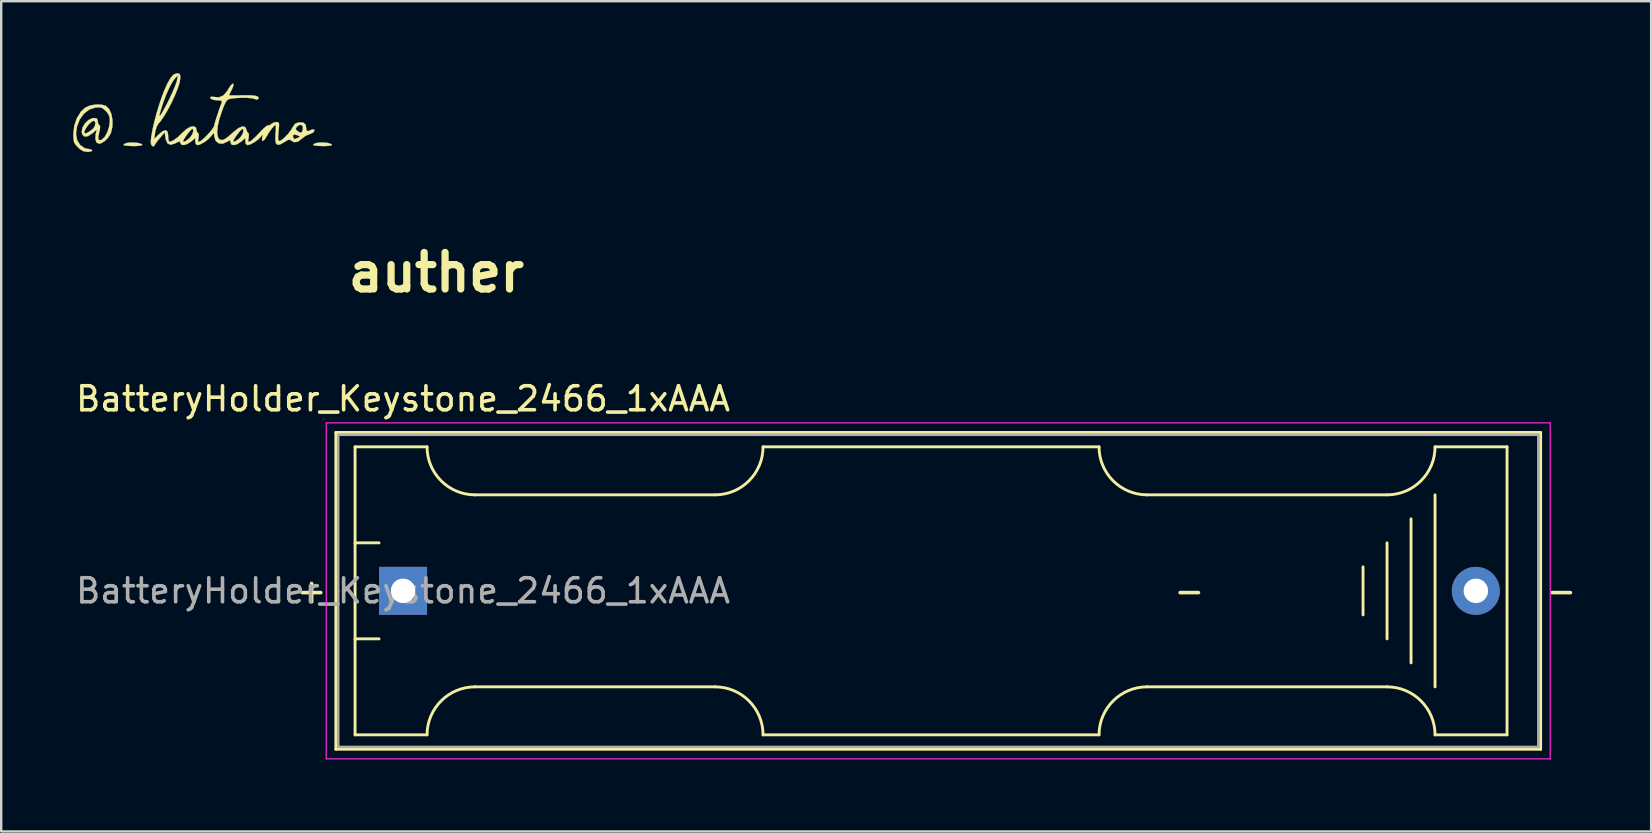
<source format=kicad_pcb>
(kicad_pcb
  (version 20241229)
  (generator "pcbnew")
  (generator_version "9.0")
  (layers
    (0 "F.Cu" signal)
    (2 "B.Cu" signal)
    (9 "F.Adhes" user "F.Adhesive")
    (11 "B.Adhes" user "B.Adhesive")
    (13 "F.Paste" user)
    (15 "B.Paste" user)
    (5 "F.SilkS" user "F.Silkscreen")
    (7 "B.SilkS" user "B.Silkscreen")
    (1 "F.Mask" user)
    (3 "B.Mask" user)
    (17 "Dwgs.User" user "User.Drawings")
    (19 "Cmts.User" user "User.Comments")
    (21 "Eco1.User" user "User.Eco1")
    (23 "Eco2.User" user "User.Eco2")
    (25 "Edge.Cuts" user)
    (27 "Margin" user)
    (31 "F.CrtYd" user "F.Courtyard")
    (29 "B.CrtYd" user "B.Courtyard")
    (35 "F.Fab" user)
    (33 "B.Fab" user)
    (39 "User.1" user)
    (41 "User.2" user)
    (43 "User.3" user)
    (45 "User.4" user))
  (footprint "auther"
    (layer "F.Cu")
    (at 15.132 8.302)
    (property "Reference" "auther" (at 0 0 0) (layer "F.SilkS") (effects (font (size 1.524 1.524) (thickness 0.3))))
    (attr through_hole)
    (fp_poly (pts (xy -12.49 -5.406) (xy -12.375 -5.383) (xy -12.264 -5.341) (xy -12.257 -5.305) (xy -12.347 -5.279) (xy -12.527 -5.266) (xy -12.644 -5.266) (xy -12.838 -5.274) (xy -12.979 -5.29) (xy -13.038 -5.309) (xy -13.039 -5.311) (xy -12.988 -5.367) (xy -12.858 -5.403) (xy -12.682 -5.417) (xy -12.49 -5.406)) (stroke (width 0.01) (type solid)) (fill yes) (layer "F.SilkS"))
    (fp_poly (pts (xy -4.588 -5.406) (xy -4.473 -5.383) (xy -4.361 -5.341) (xy -4.355 -5.305) (xy -4.445 -5.279) (xy -4.624 -5.266) (xy -4.741 -5.266) (xy -4.936 -5.274) (xy -5.077 -5.29) (xy -5.136 -5.309) (xy -5.136 -5.311) (xy -5.086 -5.367) (xy -4.956 -5.403) (xy -4.779 -5.417) (xy -4.588 -5.406)) (stroke (width 0.01) (type solid)) (fill yes) (layer "F.SilkS"))
    (fp_poly (pts (xy -13.944 -6.992) (xy -13.769 -6.941) (xy -13.635 -6.811) (xy -13.542 -6.604) (xy -13.494 -6.35) (xy -13.497 -6.08) (xy -13.556 -5.824) (xy -13.568 -5.793) (xy -13.674 -5.619) (xy -13.822 -5.471) (xy -13.978 -5.379) (xy -14.058 -5.362) (xy -14.157 -5.411) (xy -14.207 -5.542) (xy -14.2 -5.734) (xy -14.193 -5.769) (xy -14.154 -5.948) (xy -14.338 -5.793) (xy -14.516 -5.678) (xy -14.655 -5.659) (xy -14.747 -5.734) (xy -14.771 -5.827) (xy -14.676 -5.827) (xy -14.638 -5.791) (xy -14.539 -5.822) (xy -14.401 -5.911) (xy -14.301 -5.994) (xy -14.232 -6.097) (xy -14.208 -6.213) (xy -14.231 -6.3) (xy -14.276 -6.322) (xy -14.37 -6.277) (xy -14.484 -6.167) (xy -14.592 -6.026) (xy -14.662 -5.89) (xy -14.676 -5.827) (xy -14.771 -5.827) (xy -14.777 -5.851) (xy -14.747 -6.032) (xy -14.642 -6.211) (xy -14.49 -6.355) (xy -14.322 -6.43) (xy -14.275 -6.435) (xy -14.156 -6.418) (xy -14.114 -6.349) (xy -14.111 -6.298) (xy -14.087 -6.185) (xy -14.045 -6.14) (xy -14.011 -6.097) (xy -14.016 -5.99) (xy -14.047 -5.85) (xy -14.087 -5.643) (xy -14.075 -5.53) (xy -14.009 -5.506) (xy -13.934 -5.536) (xy -13.818 -5.649) (xy -13.714 -5.837) (xy -13.638 -6.064) (xy -13.605 -6.293) (xy -13.604 -6.312) (xy -13.623 -6.5) (xy -13.698 -6.643) (xy -13.775 -6.728) (xy -13.898 -6.836) (xy -14.01 -6.878) (xy -14.169 -6.875) (xy -14.203 -6.871) (xy -14.461 -6.789) (xy -14.686 -6.615) (xy -14.863 -6.37) (xy -14.977 -6.074) (xy -15.014 -5.773) (xy -14.969 -5.516) (xy -14.843 -5.311) (xy -14.655 -5.178) (xy -14.447 -5.136) (xy -14.357 -5.112) (xy -14.337 -5.08) (xy -14.387 -5.043) (xy -14.509 -5.024) (xy -14.54 -5.024) (xy -14.705 -5.049) (xy -14.854 -5.14) (xy -14.935 -5.215) (xy -15.041 -5.33) (xy -15.098 -5.434) (xy -15.122 -5.568) (xy -15.127 -5.77) (xy -15.087 -6.116) (xy -14.975 -6.438) (xy -14.806 -6.707) (xy -14.625 -6.872) (xy -14.426 -6.957) (xy -14.183 -6.999) (xy -13.944 -6.992)) (stroke (width 0.01) (type solid)) (fill yes) (layer "F.SilkS"))
    (fp_poly (pts (xy -10.715 -8.283) (xy -10.676 -8.22) (xy -10.669 -8.086) (xy -10.698 -7.907) (xy -10.779 -7.66) (xy -10.897 -7.369) (xy -11.041 -7.061) (xy -11.199 -6.76) (xy -11.359 -6.491) (xy -11.508 -6.281) (xy -11.577 -6.203) (xy -11.645 -6.089) (xy -11.701 -5.915) (xy -11.716 -5.833) (xy -11.757 -5.563) (xy -11.575 -5.745) (xy -11.405 -5.887) (xy -11.28 -5.928) (xy -11.203 -5.87) (xy -11.176 -5.712) (xy -11.176 -5.71) (xy -11.168 -5.562) (xy -11.147 -5.468) (xy -11.141 -5.459) (xy -11.062 -5.454) (xy -11.04 -5.465) (xy -10.555 -5.465) (xy -10.519 -5.444) (xy -10.431 -5.485) (xy -10.317 -5.572) (xy -10.248 -5.641) (xy -10.172 -5.756) (xy -10.132 -5.876) (xy -10.136 -5.962) (xy -10.169 -5.983) (xy -10.226 -5.941) (xy -10.317 -5.836) (xy -10.419 -5.702) (xy -10.505 -5.572) (xy -10.552 -5.479) (xy -10.555 -5.465) (xy -11.04 -5.465) (xy -10.931 -5.519) (xy -10.769 -5.641) (xy -10.598 -5.805) (xy -10.596 -5.807) (xy -10.413 -5.973) (xy -10.245 -6.068) (xy -10.108 -6.09) (xy -10.018 -6.036) (xy -9.991 -5.923) (xy -9.965 -5.833) (xy -9.932 -5.814) (xy -9.899 -5.764) (xy -9.908 -5.624) (xy -9.911 -5.61) (xy -9.93 -5.48) (xy -9.914 -5.437) (xy -9.851 -5.459) (xy -9.843 -5.464) (xy -9.735 -5.543) (xy -9.598 -5.672) (xy -9.458 -5.822) (xy -9.34 -5.965) (xy -9.268 -6.076) (xy -9.257 -6.111) (xy -9.239 -6.196) (xy -9.193 -6.356) (xy -9.128 -6.559) (xy -9.055 -6.776) (xy -8.984 -6.974) (xy -8.946 -7.07) (xy -8.938 -7.139) (xy -9.006 -7.166) (xy -9.077 -7.168) (xy -9.275 -7.187) (xy -9.397 -7.238) (xy -9.426 -7.293) (xy -9.38 -7.325) (xy -9.291 -7.316) (xy -9.066 -7.296) (xy -8.885 -7.369) (xy -8.728 -7.542) (xy -8.677 -7.627) (xy -8.572 -7.787) (xy -8.492 -7.864) (xy -8.45 -7.856) (xy -8.461 -7.765) (xy -8.524 -7.619) (xy -8.592 -7.482) (xy -8.632 -7.395) (xy -8.636 -7.382) (xy -8.584 -7.377) (xy -8.443 -7.376) (xy -8.237 -7.378) (xy -8.086 -7.382) (xy -7.763 -7.383) (xy -7.545 -7.363) (xy -7.428 -7.322) (xy -7.406 -7.257) (xy -7.419 -7.231) (xy -7.491 -7.198) (xy -7.563 -7.225) (xy -7.688 -7.258) (xy -7.89 -7.276) (xy -8.132 -7.279) (xy -8.378 -7.265) (xy -8.536 -7.245) (xy -8.641 -7.223) (xy -8.715 -7.181) (xy -8.777 -7.099) (xy -8.845 -6.952) (xy -8.918 -6.766) (xy -9.037 -6.412) (xy -9.11 -6.096) (xy -9.134 -5.835) (xy -9.107 -5.647) (xy -9.062 -5.571) (xy -8.982 -5.518) (xy -8.887 -5.523) (xy -8.761 -5.591) (xy -8.586 -5.732) (xy -8.451 -5.854) (xy -8.248 -6.013) (xy -8.086 -6.084) (xy -7.972 -6.064) (xy -7.914 -5.952) (xy -7.912 -5.941) (xy -7.877 -5.842) (xy -7.839 -5.814) (xy -7.811 -5.764) (xy -7.818 -5.634) (xy -7.822 -5.61) (xy -7.842 -5.48) (xy -7.826 -5.437) (xy -7.762 -5.46) (xy -7.748 -5.467) (xy -7.656 -5.537) (xy -7.519 -5.667) (xy -7.364 -5.829) (xy -7.349 -5.845) (xy -7.206 -5.993) (xy -7.088 -6.095) (xy -7.016 -6.132) (xy -7.009 -6.13) (xy -6.934 -6.14) (xy -6.886 -6.181) (xy -6.778 -6.247) (xy -6.676 -6.265) (xy -6.604 -6.261) (xy -6.565 -6.232) (xy -6.553 -6.153) (xy -6.563 -6.001) (xy -6.576 -5.87) (xy -6.593 -5.658) (xy -6.59 -5.536) (xy -6.565 -5.483) (xy -6.537 -5.475) (xy -6.446 -5.517) (xy -6.318 -5.626) (xy -6.248 -5.701) (xy -5.978 -5.701) (xy -5.963 -5.616) (xy -5.919 -5.558) (xy -5.838 -5.576) (xy -5.802 -5.594) (xy -5.675 -5.662) (xy -5.801 -5.719) (xy -5.927 -5.749) (xy -5.978 -5.701) (xy -6.248 -5.701) (xy -6.179 -5.774) (xy -6.055 -5.934) (xy -6.027 -5.981) (xy -5.862 -5.981) (xy -5.815 -5.914) (xy -5.787 -5.892) (xy -5.671 -5.824) (xy -5.607 -5.841) (xy -5.569 -5.936) (xy -5.566 -6.081) (xy -5.631 -6.152) (xy -5.735 -6.135) (xy -5.819 -6.062) (xy -5.862 -5.981) (xy -6.027 -5.981) (xy -5.976 -6.068) (xy -5.886 -6.196) (xy -5.749 -6.25) (xy -5.706 -6.255) (xy -5.537 -6.242) (xy -5.445 -6.153) (xy -5.42 -5.991) (xy -5.398 -5.896) (xy -5.334 -5.892) (xy -5.201 -5.946) (xy -5.165 -5.961) (xy -5.092 -5.954) (xy -5.08 -5.907) (xy -5.132 -5.83) (xy -5.27 -5.767) (xy -5.282 -5.763) (xy -5.461 -5.684) (xy -5.614 -5.568) (xy -5.618 -5.563) (xy -5.776 -5.446) (xy -5.931 -5.427) (xy -6.05 -5.495) (xy -6.111 -5.534) (xy -6.195 -5.515) (xy -6.333 -5.432) (xy -6.509 -5.334) (xy -6.625 -5.318) (xy -6.69 -5.392) (xy -6.711 -5.562) (xy -6.704 -5.758) (xy -6.692 -5.953) (xy -6.689 -6.093) (xy -6.693 -6.152) (xy -6.694 -6.152) (xy -6.756 -6.109) (xy -6.852 -6.001) (xy -6.958 -5.857) (xy -7.05 -5.709) (xy -7.062 -5.687) (xy -7.152 -5.543) (xy -7.225 -5.48) (xy -7.266 -5.502) (xy -7.26 -5.613) (xy -7.256 -5.63) (xy -7.233 -5.736) (xy -7.249 -5.739) (xy -7.306 -5.663) (xy -7.424 -5.542) (xy -7.586 -5.425) (xy -7.75 -5.337) (xy -7.867 -5.306) (xy -7.942 -5.353) (xy -7.959 -5.452) (xy -7.959 -5.598) (xy -8.132 -5.452) (xy -8.295 -5.346) (xy -8.439 -5.306) (xy -8.542 -5.332) (xy -8.58 -5.422) (xy -8.584 -5.465) (xy -8.467 -5.465) (xy -8.431 -5.444) (xy -8.342 -5.485) (xy -8.229 -5.572) (xy -8.159 -5.641) (xy -8.083 -5.756) (xy -8.043 -5.876) (xy -8.047 -5.962) (xy -8.081 -5.983) (xy -8.137 -5.941) (xy -8.229 -5.836) (xy -8.33 -5.702) (xy -8.417 -5.572) (xy -8.464 -5.479) (xy -8.467 -5.465) (xy -8.584 -5.465) (xy -8.588 -5.5) (xy -8.633 -5.497) (xy -8.705 -5.45) (xy -8.899 -5.364) (xy -9.069 -5.378) (xy -9.195 -5.481) (xy -9.256 -5.664) (xy -9.259 -5.711) (xy -9.264 -5.795) (xy -9.29 -5.796) (xy -9.358 -5.712) (xy -9.374 -5.69) (xy -9.508 -5.55) (xy -9.678 -5.422) (xy -9.846 -5.333) (xy -9.955 -5.306) (xy -10.03 -5.353) (xy -10.047 -5.452) (xy -10.047 -5.598) (xy -10.221 -5.452) (xy -10.373 -5.354) (xy -10.517 -5.309) (xy -10.624 -5.321) (xy -10.668 -5.393) (xy -10.668 -5.395) (xy -10.689 -5.462) (xy -10.71 -5.464) (xy -10.787 -5.426) (xy -10.912 -5.364) (xy -10.912 -5.363) (xy -11.08 -5.319) (xy -11.201 -5.376) (xy -11.274 -5.536) (xy -11.289 -5.62) (xy -11.317 -5.838) (xy -11.529 -5.59) (xy -11.644 -5.448) (xy -11.72 -5.339) (xy -11.74 -5.296) (xy -11.773 -5.25) (xy -11.84 -5.27) (xy -11.889 -5.334) (xy -11.9 -5.46) (xy -11.878 -5.673) (xy -11.828 -5.952) (xy -11.753 -6.276) (xy -11.687 -6.527) (xy -11.541 -6.527) (xy -11.521 -6.527) (xy -11.479 -6.576) (xy -11.418 -6.672) (xy -11.323 -6.843) (xy -11.208 -7.064) (xy -11.114 -7.253) (xy -10.997 -7.504) (xy -10.898 -7.738) (xy -10.829 -7.925) (xy -10.805 -8.015) (xy -10.772 -8.213) (xy -10.91 -8.063) (xy -11.011 -7.918) (xy -11.13 -7.691) (xy -11.255 -7.411) (xy -11.373 -7.104) (xy -11.473 -6.797) (xy -11.48 -6.773) (xy -11.527 -6.604) (xy -11.541 -6.527) (xy -11.687 -6.527) (xy -11.661 -6.625) (xy -11.554 -6.979) (xy -11.439 -7.318) (xy -11.341 -7.574) (xy -11.196 -7.896) (xy -11.066 -8.118) (xy -10.945 -8.248) (xy -10.824 -8.296) (xy -10.805 -8.297) (xy -10.715 -8.283)) (stroke (width 0.01) (type solid)) (fill yes) (layer "F.SilkS")))
  (footprint "BatteryHolder_Keystone_2466_1xAAA"
    (layer "F.Cu")
    (at 13.744 21.569)
    (property "Reference" "BatteryHolder_Keystone_2466_1xAAA" (at 0 -8 180) (layer "F.SilkS") (effects (font (size 1 1) (thickness 0.15))))
    (attr through_hole)
    (fp_line (start -2.8 -6.6) (end -2.8 6.6) (stroke (width 0.12) (type solid)) (layer "F.SilkS"))
    (fp_line (start -2.8 6.6) (end 47.4 6.6) (stroke (width 0.12) (type solid)) (layer "F.SilkS"))
    (fp_line (start -2 -6) (end -2 6) (stroke (width 0.12) (type solid)) (layer "F.SilkS"))
    (fp_line (start -2 -6) (end 1 -6) (stroke (width 0.12) (type solid)) (layer "F.SilkS"))
    (fp_line (start -2 -2) (end -1 -2) (stroke (width 0.12) (type solid)) (layer "F.SilkS"))
    (fp_line (start -2 6) (end 1 6) (stroke (width 0.12) (type solid)) (layer "F.SilkS"))
    (fp_line (start -1 2) (end -2 2) (stroke (width 0.12) (type solid)) (layer "F.SilkS"))
    (fp_line (start 3 -4) (end 13 -4) (stroke (width 0.12) (type solid)) (layer "F.SilkS"))
    (fp_line (start 3 4) (end 13 4) (stroke (width 0.12) (type solid)) (layer "F.SilkS"))
    (fp_line (start 15 6) (end 29 6) (stroke (width 0.12) (type solid)) (layer "F.SilkS"))
    (fp_line (start 29 -6) (end 15 -6) (stroke (width 0.12) (type solid)) (layer "F.SilkS"))
    (fp_line (start 40 -1) (end 40 1) (stroke (width 0.12) (type solid)) (layer "F.SilkS"))
    (fp_line (start 41 -4) (end 31 -4) (stroke (width 0.12) (type solid)) (layer "F.SilkS"))
    (fp_line (start 41 -2) (end 41 2) (stroke (width 0.12) (type solid)) (layer "F.SilkS"))
    (fp_line (start 41 4) (end 31 4) (stroke (width 0.12) (type solid)) (layer "F.SilkS"))
    (fp_line (start 42 3) (end 42 -3) (stroke (width 0.12) (type solid)) (layer "F.SilkS"))
    (fp_line (start 43 -4) (end 43 4) (stroke (width 0.12) (type solid)) (layer "F.SilkS"))
    (fp_line (start 46 -6) (end 43 -6) (stroke (width 0.12) (type solid)) (layer "F.SilkS"))
    (fp_line (start 46 -6) (end 46 6) (stroke (width 0.12) (type solid)) (layer "F.SilkS"))
    (fp_line (start 46 6) (end 43 6) (stroke (width 0.12) (type solid)) (layer "F.SilkS"))
    (fp_line (start 47.4 -6.6) (end -2.8 -6.6) (stroke (width 0.12) (type solid)) (layer "F.SilkS"))
    (fp_line (start 47.4 6.6) (end 47.4 -6.6) (stroke (width 0.12) (type solid)) (layer "F.SilkS"))
    (fp_arc (start 1 6) (mid 1.585786 4.585786) (end 3 4) (stroke (width 0.12) (type solid)) (layer "F.SilkS"))
    (fp_arc (start 3 -4) (mid 1.585786 -4.585786) (end 1 -6) (stroke (width 0.12) (type solid)) (layer "F.SilkS"))
    (fp_arc (start 13 4) (mid 14.414214 4.585786) (end 15 6) (stroke (width 0.12) (type solid)) (layer "F.SilkS"))
    (fp_arc (start 15 -6) (mid 14.414214 -4.585786) (end 13 -4) (stroke (width 0.12) (type solid)) (layer "F.SilkS"))
    (fp_arc (start 29 6) (mid 29.585786 4.585786) (end 31 4) (stroke (width 0.12) (type solid)) (layer "F.SilkS"))
    (fp_arc (start 31 -4) (mid 29.585786 -4.585786) (end 29 -6) (stroke (width 0.12) (type solid)) (layer "F.SilkS"))
    (fp_arc (start 41 4) (mid 42.414214 4.585786) (end 43 6) (stroke (width 0.12) (type solid)) (layer "F.SilkS"))
    (fp_arc (start 43 -6) (mid 42.414214 -4.585786) (end 41 -4) (stroke (width 0.12) (type solid)) (layer "F.SilkS"))
    (fp_line (start -3.2 -7) (end -3.2 7) (stroke (width 0.05) (type solid)) (layer "F.CrtYd"))
    (fp_line (start -3.2 7) (end 47.8 7) (stroke (width 0.05) (type solid)) (layer "F.CrtYd"))
    (fp_line (start 47.8 -7) (end -3.2 -7) (stroke (width 0.05) (type solid)) (layer "F.CrtYd"))
    (fp_line (start 47.8 7) (end 47.8 -7) (stroke (width 0.05) (type solid)) (layer "F.CrtYd"))
    (fp_line (start -2.7 -6.5) (end 47.3 -6.5) (stroke (width 0.1) (type solid)) (layer "F.Fab"))
    (fp_line (start -2.7 0) (end -2.7 -6.5) (stroke (width 0.1) (type solid)) (layer "F.Fab"))
    (fp_line (start -2.7 6.5) (end -2.7 0) (stroke (width 0.1) (type solid)) (layer "F.Fab"))
    (fp_line (start 47.3 -6.5) (end 47.3 6.5) (stroke (width 0.1) (type solid)) (layer "F.Fab"))
    (fp_line (start 47.3 6.5) (end -2.7 6.5) (stroke (width 0.1) (type solid)) (layer "F.Fab"))
    (fp_text user "-" (at 32.76 0 0) (layer "F.SilkS") (effects (font (size 1 1) (thickness 0.15))))
    (fp_text user "-" (at 48.26 0 0) (layer "F.SilkS") (effects (font (size 1 1) (thickness 0.15))))
    (fp_text user "+" (at -3.81 0 0) (layer "F.SilkS") (effects (font (size 1 1) (thickness 0.15))))
    (fp_text user "${REFERENCE}" (at 0 0 0) (layer "F.Fab") (effects (font (size 1 1) (thickness 0.15))))
    (pad "1" thru_hole rect (at 0 0) (size 2 2) (drill 1.02) (layers "*.Cu" "*.Mask"))
    (pad "2" thru_hole circle (at 44.7 0) (size 2 2) (drill 1.02) (layers "*.Cu" "*.Mask")))
  (gr_rect
    (start -3 -3)
    (end 65.748 31.594)
    (stroke (width 0.1) (type default))
    (fill no)
    (layer "Edge.Cuts")))
</source>
